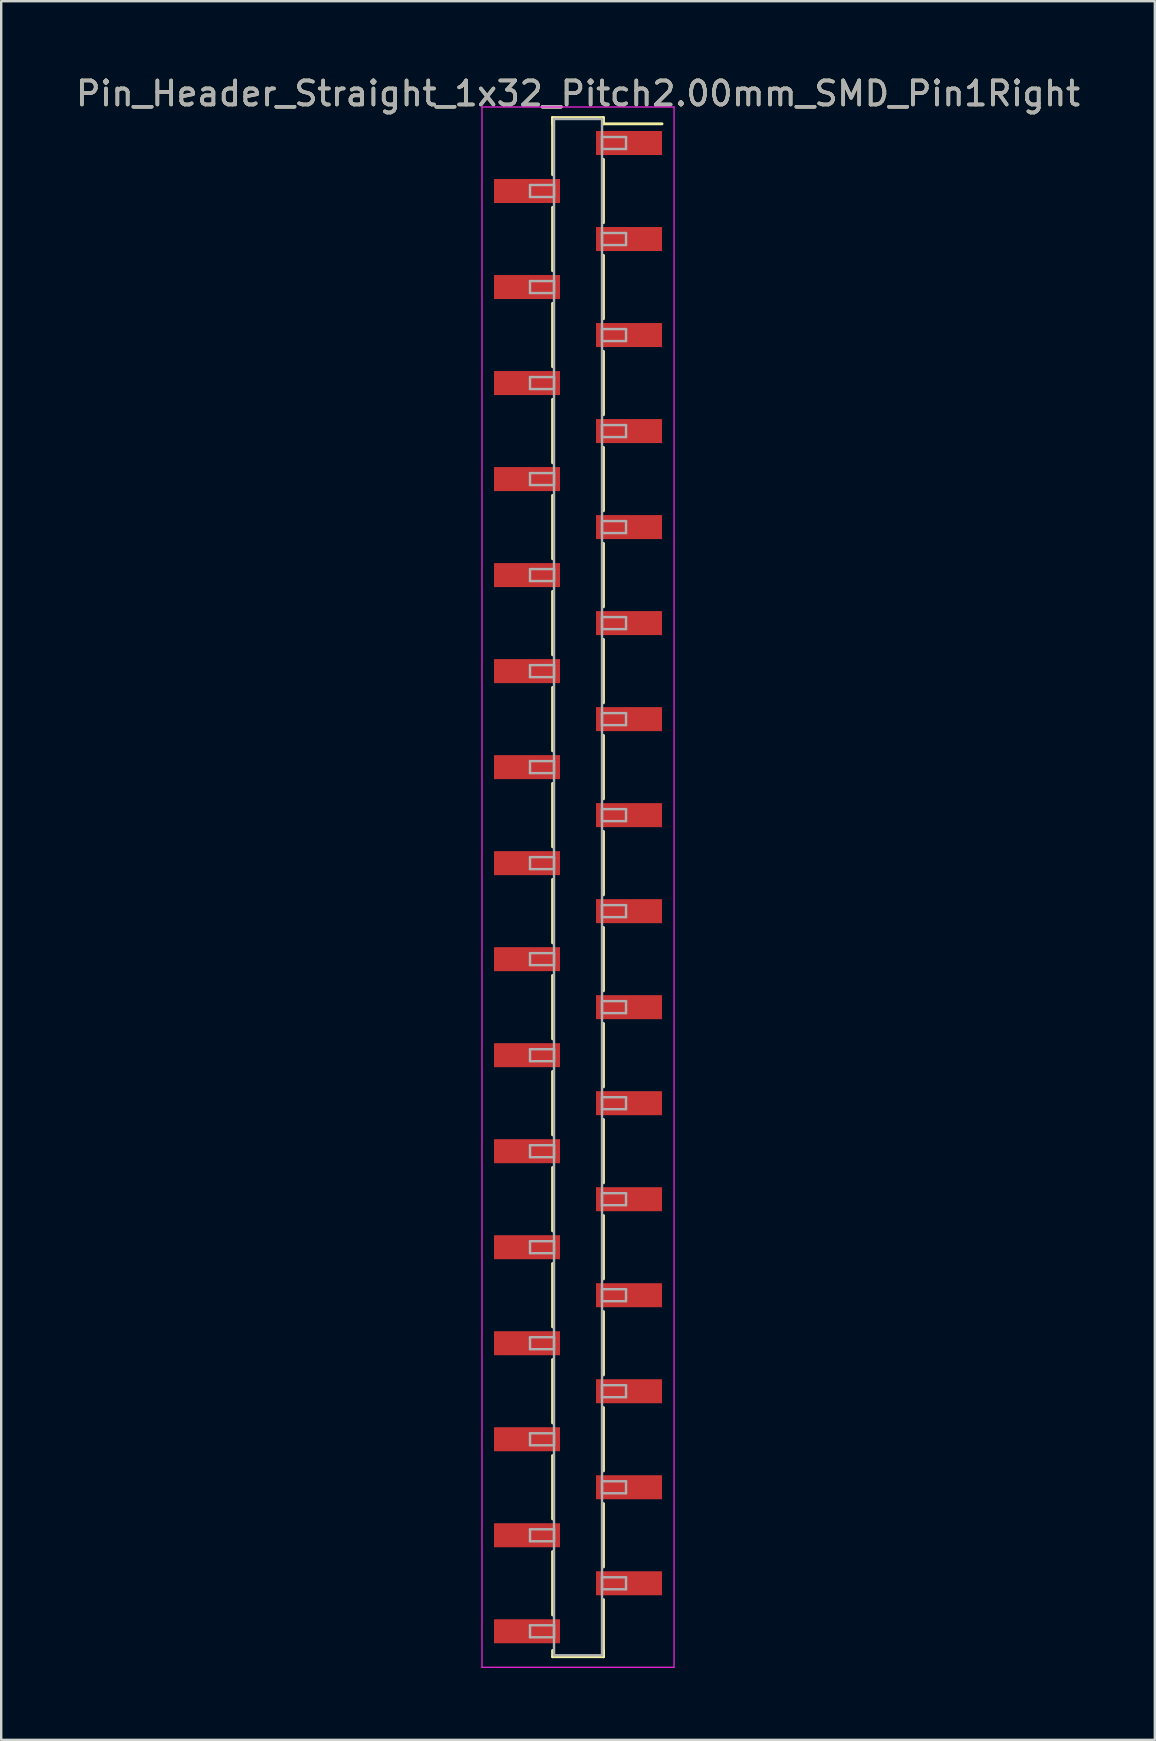
<source format=kicad_pcb>
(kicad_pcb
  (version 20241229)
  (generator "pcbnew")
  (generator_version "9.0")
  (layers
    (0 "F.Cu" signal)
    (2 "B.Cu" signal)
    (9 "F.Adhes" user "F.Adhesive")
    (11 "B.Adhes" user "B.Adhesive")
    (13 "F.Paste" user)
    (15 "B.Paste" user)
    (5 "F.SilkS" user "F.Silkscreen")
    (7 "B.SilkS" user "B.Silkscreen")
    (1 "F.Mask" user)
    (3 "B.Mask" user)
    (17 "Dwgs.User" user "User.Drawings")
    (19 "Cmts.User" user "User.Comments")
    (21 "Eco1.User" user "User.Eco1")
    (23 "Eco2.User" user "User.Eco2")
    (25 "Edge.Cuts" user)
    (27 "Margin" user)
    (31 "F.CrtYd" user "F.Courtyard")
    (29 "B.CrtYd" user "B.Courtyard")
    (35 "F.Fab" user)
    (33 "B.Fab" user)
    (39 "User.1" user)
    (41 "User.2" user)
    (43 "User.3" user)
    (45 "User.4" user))
  (footprint "Pin_Header_Straight_1x32_Pitch2.00mm_SMD_Pin1Right"
    (layer "F.Cu")
    (at 21.03 33.908)
    (property "Reference" "Pin_Header_Straight_1x32_Pitch2.00mm_SMD_Pin1Right" (at 0 -33.06 0) (layer "F.SilkS") (effects (font (size 1 1) (thickness 0.15))))
    (attr smd)
    (fp_line (start -1.06 -32.06) (end -1.06 -29.68) (stroke (width 0.12) (type solid)) (layer "F.SilkS"))
    (fp_line (start -1.06 -32.06) (end 1.06 -32.06) (stroke (width 0.12) (type solid)) (layer "F.SilkS"))
    (fp_line (start -1.06 -31.8) (end -1.06 -32.06) (stroke (width 0.12) (type solid)) (layer "F.SilkS"))
    (fp_line (start -1.06 -28.32) (end -1.06 -25.68) (stroke (width 0.12) (type solid)) (layer "F.SilkS"))
    (fp_line (start -1.06 -24.32) (end -1.06 -21.68) (stroke (width 0.12) (type solid)) (layer "F.SilkS"))
    (fp_line (start -1.06 -20.32) (end -1.06 -17.68) (stroke (width 0.12) (type solid)) (layer "F.SilkS"))
    (fp_line (start -1.06 -16.32) (end -1.06 -13.68) (stroke (width 0.12) (type solid)) (layer "F.SilkS"))
    (fp_line (start -1.06 -12.32) (end -1.06 -9.68) (stroke (width 0.12) (type solid)) (layer "F.SilkS"))
    (fp_line (start -1.06 -8.32) (end -1.06 -5.68) (stroke (width 0.12) (type solid)) (layer "F.SilkS"))
    (fp_line (start -1.06 -4.32) (end -1.06 -1.68) (stroke (width 0.12) (type solid)) (layer "F.SilkS"))
    (fp_line (start -1.06 -0.32) (end -1.06 2.32) (stroke (width 0.12) (type solid)) (layer "F.SilkS"))
    (fp_line (start -1.06 3.68) (end -1.06 6.32) (stroke (width 0.12) (type solid)) (layer "F.SilkS"))
    (fp_line (start -1.06 7.68) (end -1.06 10.32) (stroke (width 0.12) (type solid)) (layer "F.SilkS"))
    (fp_line (start -1.06 11.68) (end -1.06 14.32) (stroke (width 0.12) (type solid)) (layer "F.SilkS"))
    (fp_line (start -1.06 15.68) (end -1.06 18.32) (stroke (width 0.12) (type solid)) (layer "F.SilkS"))
    (fp_line (start -1.06 19.68) (end -1.06 22.32) (stroke (width 0.12) (type solid)) (layer "F.SilkS"))
    (fp_line (start -1.06 23.68) (end -1.06 26.32) (stroke (width 0.12) (type solid)) (layer "F.SilkS"))
    (fp_line (start -1.06 27.68) (end -1.06 30.32) (stroke (width 0.12) (type solid)) (layer "F.SilkS"))
    (fp_line (start -1.06 31.8) (end -1.06 32.06) (stroke (width 0.12) (type solid)) (layer "F.SilkS"))
    (fp_line (start -1.06 32.06) (end 1.06 32.06) (stroke (width 0.12) (type solid)) (layer "F.SilkS"))
    (fp_line (start 1.06 -32.06) (end 1.06 -31.8) (stroke (width 0.12) (type solid)) (layer "F.SilkS"))
    (fp_line (start 1.06 -31.8) (end 3.5 -31.8) (stroke (width 0.12) (type solid)) (layer "F.SilkS"))
    (fp_line (start 1.06 -30.32) (end 1.06 -27.68) (stroke (width 0.12) (type solid)) (layer "F.SilkS"))
    (fp_line (start 1.06 -26.32) (end 1.06 -23.68) (stroke (width 0.12) (type solid)) (layer "F.SilkS"))
    (fp_line (start 1.06 -22.32) (end 1.06 -19.68) (stroke (width 0.12) (type solid)) (layer "F.SilkS"))
    (fp_line (start 1.06 -18.32) (end 1.06 -15.68) (stroke (width 0.12) (type solid)) (layer "F.SilkS"))
    (fp_line (start 1.06 -14.32) (end 1.06 -11.68) (stroke (width 0.12) (type solid)) (layer "F.SilkS"))
    (fp_line (start 1.06 -10.32) (end 1.06 -7.68) (stroke (width 0.12) (type solid)) (layer "F.SilkS"))
    (fp_line (start 1.06 -6.32) (end 1.06 -3.68) (stroke (width 0.12) (type solid)) (layer "F.SilkS"))
    (fp_line (start 1.06 -2.32) (end 1.06 0.32) (stroke (width 0.12) (type solid)) (layer "F.SilkS"))
    (fp_line (start 1.06 1.68) (end 1.06 4.32) (stroke (width 0.12) (type solid)) (layer "F.SilkS"))
    (fp_line (start 1.06 5.68) (end 1.06 8.32) (stroke (width 0.12) (type solid)) (layer "F.SilkS"))
    (fp_line (start 1.06 9.68) (end 1.06 12.32) (stroke (width 0.12) (type solid)) (layer "F.SilkS"))
    (fp_line (start 1.06 13.68) (end 1.06 16.32) (stroke (width 0.12) (type solid)) (layer "F.SilkS"))
    (fp_line (start 1.06 17.68) (end 1.06 20.32) (stroke (width 0.12) (type solid)) (layer "F.SilkS"))
    (fp_line (start 1.06 21.68) (end 1.06 24.32) (stroke (width 0.12) (type solid)) (layer "F.SilkS"))
    (fp_line (start 1.06 25.68) (end 1.06 28.32) (stroke (width 0.12) (type solid)) (layer "F.SilkS"))
    (fp_line (start 1.06 29.68) (end 1.06 32.06) (stroke (width 0.12) (type solid)) (layer "F.SilkS"))
    (fp_line (start 1.06 32.06) (end 1.06 31.8) (stroke (width 0.12) (type solid)) (layer "F.SilkS"))
    (fp_line (start -4 -32.5) (end -4 32.5) (stroke (width 0.05) (type solid)) (layer "F.CrtYd"))
    (fp_line (start -4 32.5) (end 4 32.5) (stroke (width 0.05) (type solid)) (layer "F.CrtYd"))
    (fp_line (start 4 -32.5) (end -4 -32.5) (stroke (width 0.05) (type solid)) (layer "F.CrtYd"))
    (fp_line (start 4 32.5) (end 4 -32.5) (stroke (width 0.05) (type solid)) (layer "F.CrtYd"))
    (fp_line (start -2 -29.25) (end -1 -29.25) (stroke (width 0.1) (type solid)) (layer "F.Fab"))
    (fp_line (start -2 -28.75) (end -2 -29.25) (stroke (width 0.1) (type solid)) (layer "F.Fab"))
    (fp_line (start -2 -25.25) (end -1 -25.25) (stroke (width 0.1) (type solid)) (layer "F.Fab"))
    (fp_line (start -2 -24.75) (end -2 -25.25) (stroke (width 0.1) (type solid)) (layer "F.Fab"))
    (fp_line (start -2 -21.25) (end -1 -21.25) (stroke (width 0.1) (type solid)) (layer "F.Fab"))
    (fp_line (start -2 -20.75) (end -2 -21.25) (stroke (width 0.1) (type solid)) (layer "F.Fab"))
    (fp_line (start -2 -17.25) (end -1 -17.25) (stroke (width 0.1) (type solid)) (layer "F.Fab"))
    (fp_line (start -2 -16.75) (end -2 -17.25) (stroke (width 0.1) (type solid)) (layer "F.Fab"))
    (fp_line (start -2 -13.25) (end -1 -13.25) (stroke (width 0.1) (type solid)) (layer "F.Fab"))
    (fp_line (start -2 -12.75) (end -2 -13.25) (stroke (width 0.1) (type solid)) (layer "F.Fab"))
    (fp_line (start -2 -9.25) (end -1 -9.25) (stroke (width 0.1) (type solid)) (layer "F.Fab"))
    (fp_line (start -2 -8.75) (end -2 -9.25) (stroke (width 0.1) (type solid)) (layer "F.Fab"))
    (fp_line (start -2 -5.25) (end -1 -5.25) (stroke (width 0.1) (type solid)) (layer "F.Fab"))
    (fp_line (start -2 -4.75) (end -2 -5.25) (stroke (width 0.1) (type solid)) (layer "F.Fab"))
    (fp_line (start -2 -1.25) (end -1 -1.25) (stroke (width 0.1) (type solid)) (layer "F.Fab"))
    (fp_line (start -2 -0.75) (end -2 -1.25) (stroke (width 0.1) (type solid)) (layer "F.Fab"))
    (fp_line (start -2 2.75) (end -1 2.75) (stroke (width 0.1) (type solid)) (layer "F.Fab"))
    (fp_line (start -2 3.25) (end -2 2.75) (stroke (width 0.1) (type solid)) (layer "F.Fab"))
    (fp_line (start -2 6.75) (end -1 6.75) (stroke (width 0.1) (type solid)) (layer "F.Fab"))
    (fp_line (start -2 7.25) (end -2 6.75) (stroke (width 0.1) (type solid)) (layer "F.Fab"))
    (fp_line (start -2 10.75) (end -1 10.75) (stroke (width 0.1) (type solid)) (layer "F.Fab"))
    (fp_line (start -2 11.25) (end -2 10.75) (stroke (width 0.1) (type solid)) (layer "F.Fab"))
    (fp_line (start -2 14.75) (end -1 14.75) (stroke (width 0.1) (type solid)) (layer "F.Fab"))
    (fp_line (start -2 15.25) (end -2 14.75) (stroke (width 0.1) (type solid)) (layer "F.Fab"))
    (fp_line (start -2 18.75) (end -1 18.75) (stroke (width 0.1) (type solid)) (layer "F.Fab"))
    (fp_line (start -2 19.25) (end -2 18.75) (stroke (width 0.1) (type solid)) (layer "F.Fab"))
    (fp_line (start -2 22.75) (end -1 22.75) (stroke (width 0.1) (type solid)) (layer "F.Fab"))
    (fp_line (start -2 23.25) (end -2 22.75) (stroke (width 0.1) (type solid)) (layer "F.Fab"))
    (fp_line (start -2 26.75) (end -1 26.75) (stroke (width 0.1) (type solid)) (layer "F.Fab"))
    (fp_line (start -2 27.25) (end -2 26.75) (stroke (width 0.1) (type solid)) (layer "F.Fab"))
    (fp_line (start -2 30.75) (end -1 30.75) (stroke (width 0.1) (type solid)) (layer "F.Fab"))
    (fp_line (start -2 31.25) (end -2 30.75) (stroke (width 0.1) (type solid)) (layer "F.Fab"))
    (fp_line (start -1 -32) (end -1 32) (stroke (width 0.1) (type solid)) (layer "F.Fab"))
    (fp_line (start -1 -29.25) (end -1 -28.75) (stroke (width 0.1) (type solid)) (layer "F.Fab"))
    (fp_line (start -1 -28.75) (end -2 -28.75) (stroke (width 0.1) (type solid)) (layer "F.Fab"))
    (fp_line (start -1 -25.25) (end -1 -24.75) (stroke (width 0.1) (type solid)) (layer "F.Fab"))
    (fp_line (start -1 -24.75) (end -2 -24.75) (stroke (width 0.1) (type solid)) (layer "F.Fab"))
    (fp_line (start -1 -21.25) (end -1 -20.75) (stroke (width 0.1) (type solid)) (layer "F.Fab"))
    (fp_line (start -1 -20.75) (end -2 -20.75) (stroke (width 0.1) (type solid)) (layer "F.Fab"))
    (fp_line (start -1 -17.25) (end -1 -16.75) (stroke (width 0.1) (type solid)) (layer "F.Fab"))
    (fp_line (start -1 -16.75) (end -2 -16.75) (stroke (width 0.1) (type solid)) (layer "F.Fab"))
    (fp_line (start -1 -13.25) (end -1 -12.75) (stroke (width 0.1) (type solid)) (layer "F.Fab"))
    (fp_line (start -1 -12.75) (end -2 -12.75) (stroke (width 0.1) (type solid)) (layer "F.Fab"))
    (fp_line (start -1 -9.25) (end -1 -8.75) (stroke (width 0.1) (type solid)) (layer "F.Fab"))
    (fp_line (start -1 -8.75) (end -2 -8.75) (stroke (width 0.1) (type solid)) (layer "F.Fab"))
    (fp_line (start -1 -5.25) (end -1 -4.75) (stroke (width 0.1) (type solid)) (layer "F.Fab"))
    (fp_line (start -1 -4.75) (end -2 -4.75) (stroke (width 0.1) (type solid)) (layer "F.Fab"))
    (fp_line (start -1 -1.25) (end -1 -0.75) (stroke (width 0.1) (type solid)) (layer "F.Fab"))
    (fp_line (start -1 -0.75) (end -2 -0.75) (stroke (width 0.1) (type solid)) (layer "F.Fab"))
    (fp_line (start -1 2.75) (end -1 3.25) (stroke (width 0.1) (type solid)) (layer "F.Fab"))
    (fp_line (start -1 3.25) (end -2 3.25) (stroke (width 0.1) (type solid)) (layer "F.Fab"))
    (fp_line (start -1 6.75) (end -1 7.25) (stroke (width 0.1) (type solid)) (layer "F.Fab"))
    (fp_line (start -1 7.25) (end -2 7.25) (stroke (width 0.1) (type solid)) (layer "F.Fab"))
    (fp_line (start -1 10.75) (end -1 11.25) (stroke (width 0.1) (type solid)) (layer "F.Fab"))
    (fp_line (start -1 11.25) (end -2 11.25) (stroke (width 0.1) (type solid)) (layer "F.Fab"))
    (fp_line (start -1 14.75) (end -1 15.25) (stroke (width 0.1) (type solid)) (layer "F.Fab"))
    (fp_line (start -1 15.25) (end -2 15.25) (stroke (width 0.1) (type solid)) (layer "F.Fab"))
    (fp_line (start -1 18.75) (end -1 19.25) (stroke (width 0.1) (type solid)) (layer "F.Fab"))
    (fp_line (start -1 19.25) (end -2 19.25) (stroke (width 0.1) (type solid)) (layer "F.Fab"))
    (fp_line (start -1 22.75) (end -1 23.25) (stroke (width 0.1) (type solid)) (layer "F.Fab"))
    (fp_line (start -1 23.25) (end -2 23.25) (stroke (width 0.1) (type solid)) (layer "F.Fab"))
    (fp_line (start -1 26.75) (end -1 27.25) (stroke (width 0.1) (type solid)) (layer "F.Fab"))
    (fp_line (start -1 27.25) (end -2 27.25) (stroke (width 0.1) (type solid)) (layer "F.Fab"))
    (fp_line (start -1 30.75) (end -1 31.25) (stroke (width 0.1) (type solid)) (layer "F.Fab"))
    (fp_line (start -1 31.25) (end -2 31.25) (stroke (width 0.1) (type solid)) (layer "F.Fab"))
    (fp_line (start -1 32) (end 1 32) (stroke (width 0.1) (type solid)) (layer "F.Fab"))
    (fp_line (start 1 -32) (end -1 -32) (stroke (width 0.1) (type solid)) (layer "F.Fab"))
    (fp_line (start 1 -31.25) (end 1 -30.75) (stroke (width 0.1) (type solid)) (layer "F.Fab"))
    (fp_line (start 1 -30.75) (end 2 -30.75) (stroke (width 0.1) (type solid)) (layer "F.Fab"))
    (fp_line (start 1 -27.25) (end 1 -26.75) (stroke (width 0.1) (type solid)) (layer "F.Fab"))
    (fp_line (start 1 -26.75) (end 2 -26.75) (stroke (width 0.1) (type solid)) (layer "F.Fab"))
    (fp_line (start 1 -23.25) (end 1 -22.75) (stroke (width 0.1) (type solid)) (layer "F.Fab"))
    (fp_line (start 1 -22.75) (end 2 -22.75) (stroke (width 0.1) (type solid)) (layer "F.Fab"))
    (fp_line (start 1 -19.25) (end 1 -18.75) (stroke (width 0.1) (type solid)) (layer "F.Fab"))
    (fp_line (start 1 -18.75) (end 2 -18.75) (stroke (width 0.1) (type solid)) (layer "F.Fab"))
    (fp_line (start 1 -15.25) (end 1 -14.75) (stroke (width 0.1) (type solid)) (layer "F.Fab"))
    (fp_line (start 1 -14.75) (end 2 -14.75) (stroke (width 0.1) (type solid)) (layer "F.Fab"))
    (fp_line (start 1 -11.25) (end 1 -10.75) (stroke (width 0.1) (type solid)) (layer "F.Fab"))
    (fp_line (start 1 -10.75) (end 2 -10.75) (stroke (width 0.1) (type solid)) (layer "F.Fab"))
    (fp_line (start 1 -7.25) (end 1 -6.75) (stroke (width 0.1) (type solid)) (layer "F.Fab"))
    (fp_line (start 1 -6.75) (end 2 -6.75) (stroke (width 0.1) (type solid)) (layer "F.Fab"))
    (fp_line (start 1 -3.25) (end 1 -2.75) (stroke (width 0.1) (type solid)) (layer "F.Fab"))
    (fp_line (start 1 -2.75) (end 2 -2.75) (stroke (width 0.1) (type solid)) (layer "F.Fab"))
    (fp_line (start 1 0.75) (end 1 1.25) (stroke (width 0.1) (type solid)) (layer "F.Fab"))
    (fp_line (start 1 1.25) (end 2 1.25) (stroke (width 0.1) (type solid)) (layer "F.Fab"))
    (fp_line (start 1 4.75) (end 1 5.25) (stroke (width 0.1) (type solid)) (layer "F.Fab"))
    (fp_line (start 1 5.25) (end 2 5.25) (stroke (width 0.1) (type solid)) (layer "F.Fab"))
    (fp_line (start 1 8.75) (end 1 9.25) (stroke (width 0.1) (type solid)) (layer "F.Fab"))
    (fp_line (start 1 9.25) (end 2 9.25) (stroke (width 0.1) (type solid)) (layer "F.Fab"))
    (fp_line (start 1 12.75) (end 1 13.25) (stroke (width 0.1) (type solid)) (layer "F.Fab"))
    (fp_line (start 1 13.25) (end 2 13.25) (stroke (width 0.1) (type solid)) (layer "F.Fab"))
    (fp_line (start 1 16.75) (end 1 17.25) (stroke (width 0.1) (type solid)) (layer "F.Fab"))
    (fp_line (start 1 17.25) (end 2 17.25) (stroke (width 0.1) (type solid)) (layer "F.Fab"))
    (fp_line (start 1 20.75) (end 1 21.25) (stroke (width 0.1) (type solid)) (layer "F.Fab"))
    (fp_line (start 1 21.25) (end 2 21.25) (stroke (width 0.1) (type solid)) (layer "F.Fab"))
    (fp_line (start 1 24.75) (end 1 25.25) (stroke (width 0.1) (type solid)) (layer "F.Fab"))
    (fp_line (start 1 25.25) (end 2 25.25) (stroke (width 0.1) (type solid)) (layer "F.Fab"))
    (fp_line (start 1 28.75) (end 1 29.25) (stroke (width 0.1) (type solid)) (layer "F.Fab"))
    (fp_line (start 1 29.25) (end 2 29.25) (stroke (width 0.1) (type solid)) (layer "F.Fab"))
    (fp_line (start 1 32) (end 1 -32) (stroke (width 0.1) (type solid)) (layer "F.Fab"))
    (fp_line (start 2 -31.25) (end 1 -31.25) (stroke (width 0.1) (type solid)) (layer "F.Fab"))
    (fp_line (start 2 -30.75) (end 2 -31.25) (stroke (width 0.1) (type solid)) (layer "F.Fab"))
    (fp_line (start 2 -27.25) (end 1 -27.25) (stroke (width 0.1) (type solid)) (layer "F.Fab"))
    (fp_line (start 2 -26.75) (end 2 -27.25) (stroke (width 0.1) (type solid)) (layer "F.Fab"))
    (fp_line (start 2 -23.25) (end 1 -23.25) (stroke (width 0.1) (type solid)) (layer "F.Fab"))
    (fp_line (start 2 -22.75) (end 2 -23.25) (stroke (width 0.1) (type solid)) (layer "F.Fab"))
    (fp_line (start 2 -19.25) (end 1 -19.25) (stroke (width 0.1) (type solid)) (layer "F.Fab"))
    (fp_line (start 2 -18.75) (end 2 -19.25) (stroke (width 0.1) (type solid)) (layer "F.Fab"))
    (fp_line (start 2 -15.25) (end 1 -15.25) (stroke (width 0.1) (type solid)) (layer "F.Fab"))
    (fp_line (start 2 -14.75) (end 2 -15.25) (stroke (width 0.1) (type solid)) (layer "F.Fab"))
    (fp_line (start 2 -11.25) (end 1 -11.25) (stroke (width 0.1) (type solid)) (layer "F.Fab"))
    (fp_line (start 2 -10.75) (end 2 -11.25) (stroke (width 0.1) (type solid)) (layer "F.Fab"))
    (fp_line (start 2 -7.25) (end 1 -7.25) (stroke (width 0.1) (type solid)) (layer "F.Fab"))
    (fp_line (start 2 -6.75) (end 2 -7.25) (stroke (width 0.1) (type solid)) (layer "F.Fab"))
    (fp_line (start 2 -3.25) (end 1 -3.25) (stroke (width 0.1) (type solid)) (layer "F.Fab"))
    (fp_line (start 2 -2.75) (end 2 -3.25) (stroke (width 0.1) (type solid)) (layer "F.Fab"))
    (fp_line (start 2 0.75) (end 1 0.75) (stroke (width 0.1) (type solid)) (layer "F.Fab"))
    (fp_line (start 2 1.25) (end 2 0.75) (stroke (width 0.1) (type solid)) (layer "F.Fab"))
    (fp_line (start 2 4.75) (end 1 4.75) (stroke (width 0.1) (type solid)) (layer "F.Fab"))
    (fp_line (start 2 5.25) (end 2 4.75) (stroke (width 0.1) (type solid)) (layer "F.Fab"))
    (fp_line (start 2 8.75) (end 1 8.75) (stroke (width 0.1) (type solid)) (layer "F.Fab"))
    (fp_line (start 2 9.25) (end 2 8.75) (stroke (width 0.1) (type solid)) (layer "F.Fab"))
    (fp_line (start 2 12.75) (end 1 12.75) (stroke (width 0.1) (type solid)) (layer "F.Fab"))
    (fp_line (start 2 13.25) (end 2 12.75) (stroke (width 0.1) (type solid)) (layer "F.Fab"))
    (fp_line (start 2 16.75) (end 1 16.75) (stroke (width 0.1) (type solid)) (layer "F.Fab"))
    (fp_line (start 2 17.25) (end 2 16.75) (stroke (width 0.1) (type solid)) (layer "F.Fab"))
    (fp_line (start 2 20.75) (end 1 20.75) (stroke (width 0.1) (type solid)) (layer "F.Fab"))
    (fp_line (start 2 21.25) (end 2 20.75) (stroke (width 0.1) (type solid)) (layer "F.Fab"))
    (fp_line (start 2 24.75) (end 1 24.75) (stroke (width 0.1) (type solid)) (layer "F.Fab"))
    (fp_line (start 2 25.25) (end 2 24.75) (stroke (width 0.1) (type solid)) (layer "F.Fab"))
    (fp_line (start 2 28.75) (end 1 28.75) (stroke (width 0.1) (type solid)) (layer "F.Fab"))
    (fp_line (start 2 29.25) (end 2 28.75) (stroke (width 0.1) (type solid)) (layer "F.Fab"))
    (fp_text user "${REFERENCE}" (at 0 -33.06 0) (layer "F.Fab") (effects (font (size 1 1) (thickness 0.15))))
    (pad "1" smd rect (at 2.125 -31) (size 2.75 1) (layers "F.Cu" "F.Mask" "F.Paste"))
    (pad "2" smd rect (at -2.125 -29) (size 2.75 1) (layers "F.Cu" "F.Mask" "F.Paste"))
    (pad "3" smd rect (at 2.125 -27) (size 2.75 1) (layers "F.Cu" "F.Mask" "F.Paste"))
    (pad "4" smd rect (at -2.125 -25) (size 2.75 1) (layers "F.Cu" "F.Mask" "F.Paste"))
    (pad "5" smd rect (at 2.125 -23) (size 2.75 1) (layers "F.Cu" "F.Mask" "F.Paste"))
    (pad "6" smd rect (at -2.125 -21) (size 2.75 1) (layers "F.Cu" "F.Mask" "F.Paste"))
    (pad "7" smd rect (at 2.125 -19) (size 2.75 1) (layers "F.Cu" "F.Mask" "F.Paste"))
    (pad "8" smd rect (at -2.125 -17) (size 2.75 1) (layers "F.Cu" "F.Mask" "F.Paste"))
    (pad "9" smd rect (at 2.125 -15) (size 2.75 1) (layers "F.Cu" "F.Mask" "F.Paste"))
    (pad "10" smd rect (at -2.125 -13) (size 2.75 1) (layers "F.Cu" "F.Mask" "F.Paste"))
    (pad "11" smd rect (at 2.125 -11) (size 2.75 1) (layers "F.Cu" "F.Mask" "F.Paste"))
    (pad "12" smd rect (at -2.125 -9) (size 2.75 1) (layers "F.Cu" "F.Mask" "F.Paste"))
    (pad "13" smd rect (at 2.125 -7) (size 2.75 1) (layers "F.Cu" "F.Mask" "F.Paste"))
    (pad "14" smd rect (at -2.125 -5) (size 2.75 1) (layers "F.Cu" "F.Mask" "F.Paste"))
    (pad "15" smd rect (at 2.125 -3) (size 2.75 1) (layers "F.Cu" "F.Mask" "F.Paste"))
    (pad "16" smd rect (at -2.125 -1) (size 2.75 1) (layers "F.Cu" "F.Mask" "F.Paste"))
    (pad "17" smd rect (at 2.125 1) (size 2.75 1) (layers "F.Cu" "F.Mask" "F.Paste"))
    (pad "18" smd rect (at -2.125 3) (size 2.75 1) (layers "F.Cu" "F.Mask" "F.Paste"))
    (pad "19" smd rect (at 2.125 5) (size 2.75 1) (layers "F.Cu" "F.Mask" "F.Paste"))
    (pad "20" smd rect (at -2.125 7) (size 2.75 1) (layers "F.Cu" "F.Mask" "F.Paste"))
    (pad "21" smd rect (at 2.125 9) (size 2.75 1) (layers "F.Cu" "F.Mask" "F.Paste"))
    (pad "22" smd rect (at -2.125 11) (size 2.75 1) (layers "F.Cu" "F.Mask" "F.Paste"))
    (pad "23" smd rect (at 2.125 13) (size 2.75 1) (layers "F.Cu" "F.Mask" "F.Paste"))
    (pad "24" smd rect (at -2.125 15) (size 2.75 1) (layers "F.Cu" "F.Mask" "F.Paste"))
    (pad "25" smd rect (at 2.125 17) (size 2.75 1) (layers "F.Cu" "F.Mask" "F.Paste"))
    (pad "26" smd rect (at -2.125 19) (size 2.75 1) (layers "F.Cu" "F.Mask" "F.Paste"))
    (pad "27" smd rect (at 2.125 21) (size 2.75 1) (layers "F.Cu" "F.Mask" "F.Paste"))
    (pad "28" smd rect (at -2.125 23) (size 2.75 1) (layers "F.Cu" "F.Mask" "F.Paste"))
    (pad "29" smd rect (at 2.125 25) (size 2.75 1) (layers "F.Cu" "F.Mask" "F.Paste"))
    (pad "30" smd rect (at -2.125 27) (size 2.75 1) (layers "F.Cu" "F.Mask" "F.Paste"))
    (pad "31" smd rect (at 2.125 29) (size 2.75 1) (layers "F.Cu" "F.Mask" "F.Paste"))
    (pad "32" smd rect (at -2.125 31) (size 2.75 1) (layers "F.Cu" "F.Mask" "F.Paste")))
  (gr_rect
    (start -3 -3)
    (end 45.06 69.433)
    (stroke (width 0.1) (type default))
    (fill no)
    (layer "Edge.Cuts")))
</source>
